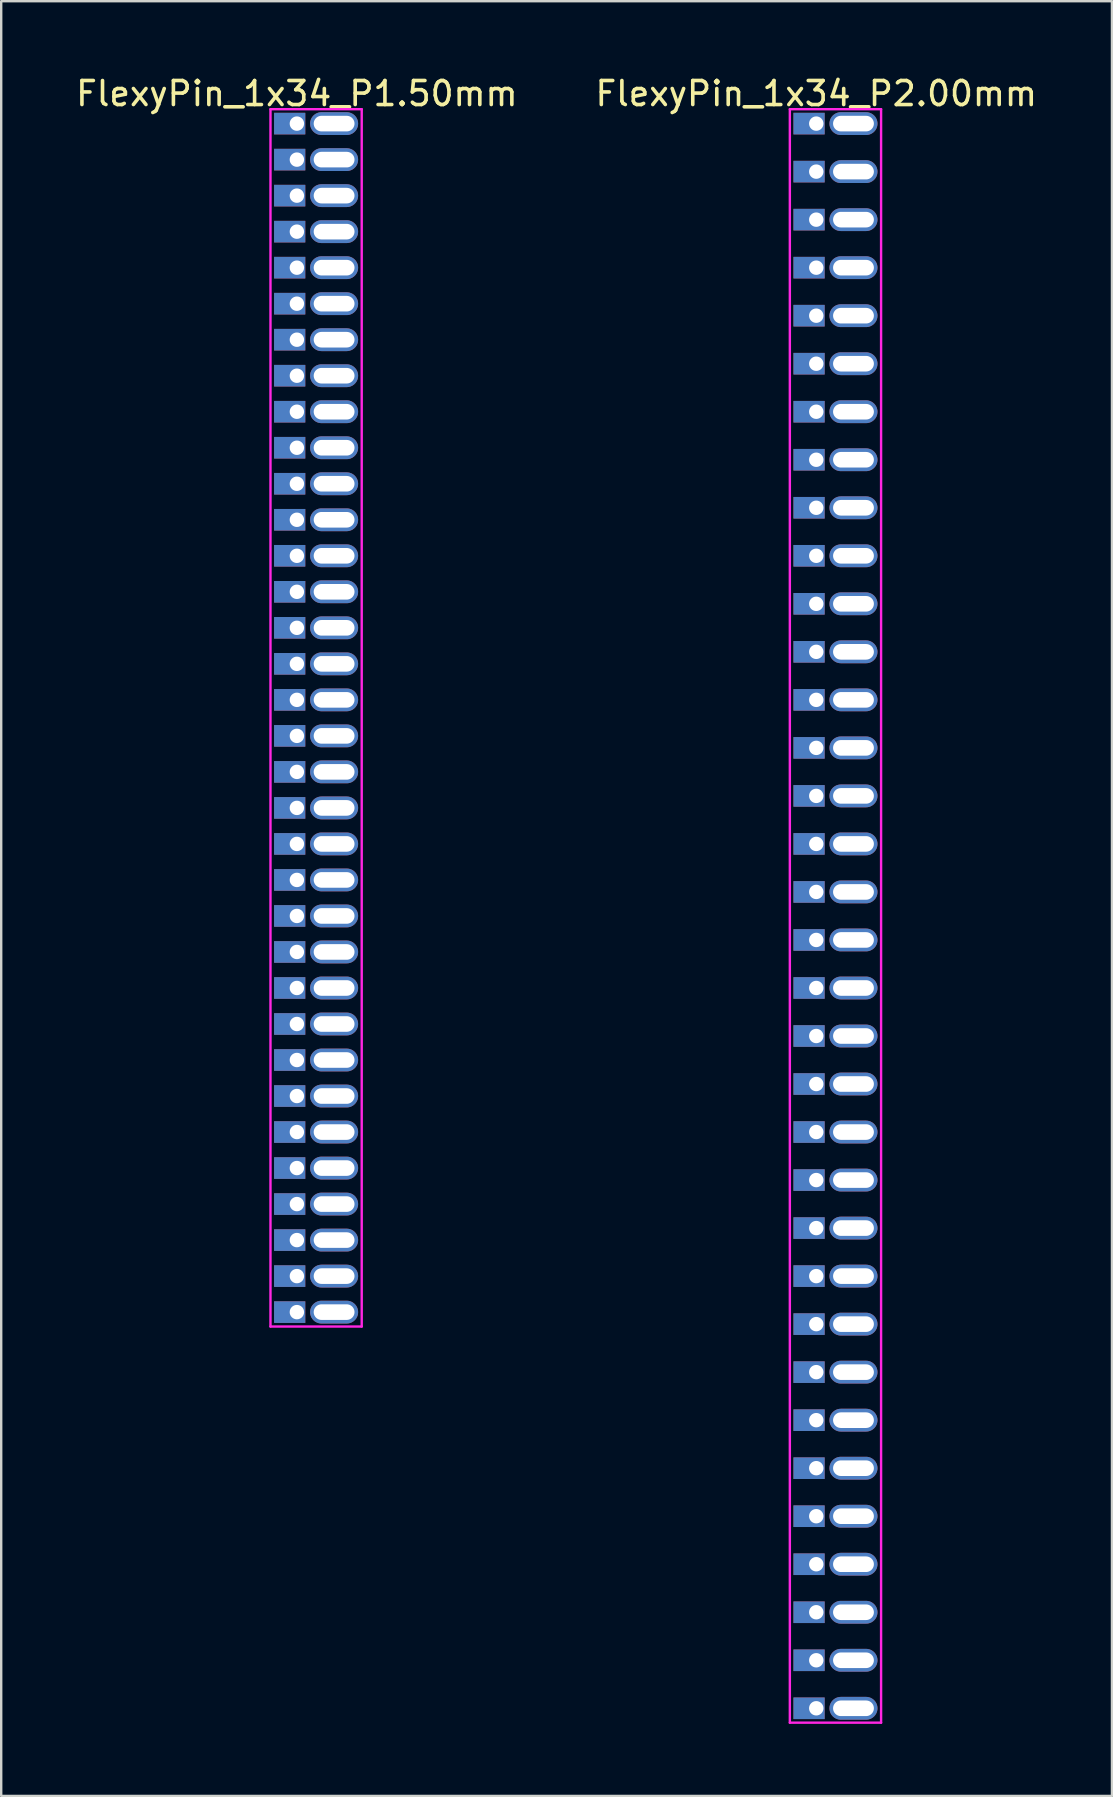
<source format=kicad_pcb>
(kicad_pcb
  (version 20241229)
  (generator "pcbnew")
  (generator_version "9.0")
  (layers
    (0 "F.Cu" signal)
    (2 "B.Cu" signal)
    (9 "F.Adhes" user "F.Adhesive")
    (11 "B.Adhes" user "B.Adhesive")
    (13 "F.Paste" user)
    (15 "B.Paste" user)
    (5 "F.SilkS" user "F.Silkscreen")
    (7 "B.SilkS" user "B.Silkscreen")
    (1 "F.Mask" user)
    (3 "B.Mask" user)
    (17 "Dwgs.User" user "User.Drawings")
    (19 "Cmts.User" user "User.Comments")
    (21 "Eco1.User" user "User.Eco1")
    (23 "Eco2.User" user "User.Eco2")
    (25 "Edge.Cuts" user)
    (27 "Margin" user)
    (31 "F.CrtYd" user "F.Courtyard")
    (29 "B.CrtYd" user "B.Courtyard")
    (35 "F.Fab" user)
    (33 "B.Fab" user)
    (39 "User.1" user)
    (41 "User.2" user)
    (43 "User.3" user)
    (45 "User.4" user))
  (footprint "FlexyPin_1x34_P2.00mm"
    (layer "F.Cu")
    (at 30.946 2.098)
    (property "Reference" "FlexyPin_1x34_P2.00mm" (at 0 -1.25 0) (layer "F.SilkS") (effects (font (size 1 1) (thickness 0.15))))
    (attr through_hole)
    (fp_line (start -1.1 -0.6) (end 2.7 -0.6) (stroke (width 0.1) (type solid)) (layer "F.CrtYd"))
    (fp_line (start -1.1 66.6) (end -1.1 -0.6) (stroke (width 0.1) (type solid)) (layer "F.CrtYd"))
    (fp_line (start 2.7 -0.6) (end 2.7 66.6) (stroke (width 0.1) (type solid)) (layer "F.CrtYd"))
    (fp_line (start 2.7 66.6) (end -1.1 66.6) (stroke (width 0.1) (type solid)) (layer "F.CrtYd"))
    (pad "" thru_hole oval (at 1.55 0) (size 2 0.95) (drill oval 1.7 0.65) (layers "*.Cu" "*.Mask"))
    (pad "" thru_hole oval (at 1.55 2) (size 2 0.95) (drill oval 1.7 0.65) (layers "*.Cu" "*.Mask"))
    (pad "" thru_hole oval (at 1.55 4) (size 2 0.95) (drill oval 1.7 0.65) (layers "*.Cu" "*.Mask"))
    (pad "" thru_hole oval (at 1.55 6) (size 2 0.95) (drill oval 1.7 0.65) (layers "*.Cu" "*.Mask"))
    (pad "" thru_hole oval (at 1.55 8) (size 2 0.95) (drill oval 1.7 0.65) (layers "*.Cu" "*.Mask"))
    (pad "" thru_hole oval (at 1.55 10) (size 2 0.95) (drill oval 1.7 0.65) (layers "*.Cu" "*.Mask"))
    (pad "" thru_hole oval (at 1.55 12) (size 2 0.95) (drill oval 1.7 0.65) (layers "*.Cu" "*.Mask"))
    (pad "" thru_hole oval (at 1.55 14) (size 2 0.95) (drill oval 1.7 0.65) (layers "*.Cu" "*.Mask"))
    (pad "" thru_hole oval (at 1.55 16) (size 2 0.95) (drill oval 1.7 0.65) (layers "*.Cu" "*.Mask"))
    (pad "" thru_hole oval (at 1.55 18) (size 2 0.95) (drill oval 1.7 0.65) (layers "*.Cu" "*.Mask"))
    (pad "" thru_hole oval (at 1.55 20) (size 2 0.95) (drill oval 1.7 0.65) (layers "*.Cu" "*.Mask"))
    (pad "" thru_hole oval (at 1.55 22) (size 2 0.95) (drill oval 1.7 0.65) (layers "*.Cu" "*.Mask"))
    (pad "" thru_hole oval (at 1.55 24) (size 2 0.95) (drill oval 1.7 0.65) (layers "*.Cu" "*.Mask"))
    (pad "" thru_hole oval (at 1.55 26) (size 2 0.95) (drill oval 1.7 0.65) (layers "*.Cu" "*.Mask"))
    (pad "" thru_hole oval (at 1.55 28) (size 2 0.95) (drill oval 1.7 0.65) (layers "*.Cu" "*.Mask"))
    (pad "" thru_hole oval (at 1.55 30) (size 2 0.95) (drill oval 1.7 0.65) (layers "*.Cu" "*.Mask"))
    (pad "" thru_hole oval (at 1.55 32) (size 2 0.95) (drill oval 1.7 0.65) (layers "*.Cu" "*.Mask"))
    (pad "" thru_hole oval (at 1.55 34) (size 2 0.95) (drill oval 1.7 0.65) (layers "*.Cu" "*.Mask"))
    (pad "" thru_hole oval (at 1.55 36) (size 2 0.95) (drill oval 1.7 0.65) (layers "*.Cu" "*.Mask"))
    (pad "" thru_hole oval (at 1.55 38) (size 2 0.95) (drill oval 1.7 0.65) (layers "*.Cu" "*.Mask"))
    (pad "" thru_hole oval (at 1.55 40) (size 2 0.95) (drill oval 1.7 0.65) (layers "*.Cu" "*.Mask"))
    (pad "" thru_hole oval (at 1.55 42) (size 2 0.95) (drill oval 1.7 0.65) (layers "*.Cu" "*.Mask"))
    (pad "" thru_hole oval (at 1.55 44) (size 2 0.95) (drill oval 1.7 0.65) (layers "*.Cu" "*.Mask"))
    (pad "" thru_hole oval (at 1.55 46) (size 2 0.95) (drill oval 1.7 0.65) (layers "*.Cu" "*.Mask"))
    (pad "" thru_hole oval (at 1.55 48) (size 2 0.95) (drill oval 1.7 0.65) (layers "*.Cu" "*.Mask"))
    (pad "" thru_hole oval (at 1.55 50) (size 2 0.95) (drill oval 1.7 0.65) (layers "*.Cu" "*.Mask"))
    (pad "" thru_hole oval (at 1.55 52) (size 2 0.95) (drill oval 1.7 0.65) (layers "*.Cu" "*.Mask"))
    (pad "" thru_hole oval (at 1.55 54) (size 2 0.95) (drill oval 1.7 0.65) (layers "*.Cu" "*.Mask"))
    (pad "" thru_hole oval (at 1.55 56) (size 2 0.95) (drill oval 1.7 0.65) (layers "*.Cu" "*.Mask"))
    (pad "" thru_hole oval (at 1.55 58) (size 2 0.95) (drill oval 1.7 0.65) (layers "*.Cu" "*.Mask"))
    (pad "" thru_hole oval (at 1.55 60) (size 2 0.95) (drill oval 1.7 0.65) (layers "*.Cu" "*.Mask"))
    (pad "" thru_hole oval (at 1.55 62) (size 2 0.95) (drill oval 1.7 0.65) (layers "*.Cu" "*.Mask"))
    (pad "" thru_hole oval (at 1.55 64) (size 2 0.95) (drill oval 1.7 0.65) (layers "*.Cu" "*.Mask"))
    (pad "" thru_hole oval (at 1.55 66) (size 2 0.95) (drill oval 1.7 0.65) (layers "*.Cu" "*.Mask"))
    (pad "1" thru_hole rect (at 0 0) (size 1.3 0.9) (drill 0.6 (offset -0.3 0)) (layers "*.Cu" "*.Mask"))
    (pad "2" thru_hole rect (at 0 2) (size 1.3 0.9) (drill 0.6 (offset -0.3 0)) (layers "*.Cu" "*.Mask"))
    (pad "3" thru_hole rect (at 0 4) (size 1.3 0.9) (drill 0.6 (offset -0.3 0)) (layers "*.Cu" "*.Mask"))
    (pad "4" thru_hole rect (at 0 6) (size 1.3 0.9) (drill 0.6 (offset -0.3 0)) (layers "*.Cu" "*.Mask"))
    (pad "5" thru_hole rect (at 0 8) (size 1.3 0.9) (drill 0.6 (offset -0.3 0)) (layers "*.Cu" "*.Mask"))
    (pad "6" thru_hole rect (at 0 10) (size 1.3 0.9) (drill 0.6 (offset -0.3 0)) (layers "*.Cu" "*.Mask"))
    (pad "7" thru_hole rect (at 0 12) (size 1.3 0.9) (drill 0.6 (offset -0.3 0)) (layers "*.Cu" "*.Mask"))
    (pad "8" thru_hole rect (at 0 14) (size 1.3 0.9) (drill 0.6 (offset -0.3 0)) (layers "*.Cu" "*.Mask"))
    (pad "9" thru_hole rect (at 0 16) (size 1.3 0.9) (drill 0.6 (offset -0.3 0)) (layers "*.Cu" "*.Mask"))
    (pad "10" thru_hole rect (at 0 18) (size 1.3 0.9) (drill 0.6 (offset -0.3 0)) (layers "*.Cu" "*.Mask"))
    (pad "11" thru_hole rect (at 0 20) (size 1.3 0.9) (drill 0.6 (offset -0.3 0)) (layers "*.Cu" "*.Mask"))
    (pad "12" thru_hole rect (at 0 22) (size 1.3 0.9) (drill 0.6 (offset -0.3 0)) (layers "*.Cu" "*.Mask"))
    (pad "13" thru_hole rect (at 0 24) (size 1.3 0.9) (drill 0.6 (offset -0.3 0)) (layers "*.Cu" "*.Mask"))
    (pad "14" thru_hole rect (at 0 26) (size 1.3 0.9) (drill 0.6 (offset -0.3 0)) (layers "*.Cu" "*.Mask"))
    (pad "15" thru_hole rect (at 0 28) (size 1.3 0.9) (drill 0.6 (offset -0.3 0)) (layers "*.Cu" "*.Mask"))
    (pad "16" thru_hole rect (at 0 30) (size 1.3 0.9) (drill 0.6 (offset -0.3 0)) (layers "*.Cu" "*.Mask"))
    (pad "17" thru_hole rect (at 0 32) (size 1.3 0.9) (drill 0.6 (offset -0.3 0)) (layers "*.Cu" "*.Mask"))
    (pad "18" thru_hole rect (at 0 34) (size 1.3 0.9) (drill 0.6 (offset -0.3 0)) (layers "*.Cu" "*.Mask"))
    (pad "19" thru_hole rect (at 0 36) (size 1.3 0.9) (drill 0.6 (offset -0.3 0)) (layers "*.Cu" "*.Mask"))
    (pad "20" thru_hole rect (at 0 38) (size 1.3 0.9) (drill 0.6 (offset -0.3 0)) (layers "*.Cu" "*.Mask"))
    (pad "21" thru_hole rect (at 0 40) (size 1.3 0.9) (drill 0.6 (offset -0.3 0)) (layers "*.Cu" "*.Mask"))
    (pad "22" thru_hole rect (at 0 42) (size 1.3 0.9) (drill 0.6 (offset -0.3 0)) (layers "*.Cu" "*.Mask"))
    (pad "23" thru_hole rect (at 0 44) (size 1.3 0.9) (drill 0.6 (offset -0.3 0)) (layers "*.Cu" "*.Mask"))
    (pad "24" thru_hole rect (at 0 46) (size 1.3 0.9) (drill 0.6 (offset -0.3 0)) (layers "*.Cu" "*.Mask"))
    (pad "25" thru_hole rect (at 0 48) (size 1.3 0.9) (drill 0.6 (offset -0.3 0)) (layers "*.Cu" "*.Mask"))
    (pad "26" thru_hole rect (at 0 50) (size 1.3 0.9) (drill 0.6 (offset -0.3 0)) (layers "*.Cu" "*.Mask"))
    (pad "27" thru_hole rect (at 0 52) (size 1.3 0.9) (drill 0.6 (offset -0.3 0)) (layers "*.Cu" "*.Mask"))
    (pad "28" thru_hole rect (at 0 54) (size 1.3 0.9) (drill 0.6 (offset -0.3 0)) (layers "*.Cu" "*.Mask"))
    (pad "29" thru_hole rect (at 0 56) (size 1.3 0.9) (drill 0.6 (offset -0.3 0)) (layers "*.Cu" "*.Mask"))
    (pad "30" thru_hole rect (at 0 58) (size 1.3 0.9) (drill 0.6 (offset -0.3 0)) (layers "*.Cu" "*.Mask"))
    (pad "31" thru_hole rect (at 0 60) (size 1.3 0.9) (drill 0.6 (offset -0.3 0)) (layers "*.Cu" "*.Mask"))
    (pad "32" thru_hole rect (at 0 62) (size 1.3 0.9) (drill 0.6 (offset -0.3 0)) (layers "*.Cu" "*.Mask"))
    (pad "33" thru_hole rect (at 0 64) (size 1.3 0.9) (drill 0.6 (offset -0.3 0)) (layers "*.Cu" "*.Mask"))
    (pad "34" thru_hole rect (at 0 66) (size 1.3 0.9) (drill 0.6 (offset -0.3 0)) (layers "*.Cu" "*.Mask")))
  (footprint "FlexyPin_1x34_P1.50mm"
    (layer "F.Cu")
    (at 9.315 2.098)
    (property "Reference" "FlexyPin_1x34_P1.50mm" (at 0 -1.25 0) (layer "F.SilkS") (effects (font (size 1 1) (thickness 0.15))))
    (attr through_hole)
    (fp_line (start -1.1 -0.6) (end 2.7 -0.6) (stroke (width 0.1) (type solid)) (layer "F.CrtYd"))
    (fp_line (start -1.1 50.1) (end -1.1 -0.6) (stroke (width 0.1) (type solid)) (layer "F.CrtYd"))
    (fp_line (start 2.7 -0.6) (end 2.7 50.1) (stroke (width 0.1) (type solid)) (layer "F.CrtYd"))
    (fp_line (start 2.7 50.1) (end -1.1 50.1) (stroke (width 0.1) (type solid)) (layer "F.CrtYd"))
    (pad "" thru_hole oval (at 1.55 0) (size 2 0.95) (drill oval 1.7 0.65) (layers "*.Cu" "*.Mask"))
    (pad "" thru_hole oval (at 1.55 1.5) (size 2 0.95) (drill oval 1.7 0.65) (layers "*.Cu" "*.Mask"))
    (pad "" thru_hole oval (at 1.55 3) (size 2 0.95) (drill oval 1.7 0.65) (layers "*.Cu" "*.Mask"))
    (pad "" thru_hole oval (at 1.55 4.5) (size 2 0.95) (drill oval 1.7 0.65) (layers "*.Cu" "*.Mask"))
    (pad "" thru_hole oval (at 1.55 6) (size 2 0.95) (drill oval 1.7 0.65) (layers "*.Cu" "*.Mask"))
    (pad "" thru_hole oval (at 1.55 7.5) (size 2 0.95) (drill oval 1.7 0.65) (layers "*.Cu" "*.Mask"))
    (pad "" thru_hole oval (at 1.55 9) (size 2 0.95) (drill oval 1.7 0.65) (layers "*.Cu" "*.Mask"))
    (pad "" thru_hole oval (at 1.55 10.5) (size 2 0.95) (drill oval 1.7 0.65) (layers "*.Cu" "*.Mask"))
    (pad "" thru_hole oval (at 1.55 12) (size 2 0.95) (drill oval 1.7 0.65) (layers "*.Cu" "*.Mask"))
    (pad "" thru_hole oval (at 1.55 13.5) (size 2 0.95) (drill oval 1.7 0.65) (layers "*.Cu" "*.Mask"))
    (pad "" thru_hole oval (at 1.55 15) (size 2 0.95) (drill oval 1.7 0.65) (layers "*.Cu" "*.Mask"))
    (pad "" thru_hole oval (at 1.55 16.5) (size 2 0.95) (drill oval 1.7 0.65) (layers "*.Cu" "*.Mask"))
    (pad "" thru_hole oval (at 1.55 18) (size 2 0.95) (drill oval 1.7 0.65) (layers "*.Cu" "*.Mask"))
    (pad "" thru_hole oval (at 1.55 19.5) (size 2 0.95) (drill oval 1.7 0.65) (layers "*.Cu" "*.Mask"))
    (pad "" thru_hole oval (at 1.55 21) (size 2 0.95) (drill oval 1.7 0.65) (layers "*.Cu" "*.Mask"))
    (pad "" thru_hole oval (at 1.55 22.5) (size 2 0.95) (drill oval 1.7 0.65) (layers "*.Cu" "*.Mask"))
    (pad "" thru_hole oval (at 1.55 24) (size 2 0.95) (drill oval 1.7 0.65) (layers "*.Cu" "*.Mask"))
    (pad "" thru_hole oval (at 1.55 25.5) (size 2 0.95) (drill oval 1.7 0.65) (layers "*.Cu" "*.Mask"))
    (pad "" thru_hole oval (at 1.55 27) (size 2 0.95) (drill oval 1.7 0.65) (layers "*.Cu" "*.Mask"))
    (pad "" thru_hole oval (at 1.55 28.5) (size 2 0.95) (drill oval 1.7 0.65) (layers "*.Cu" "*.Mask"))
    (pad "" thru_hole oval (at 1.55 30) (size 2 0.95) (drill oval 1.7 0.65) (layers "*.Cu" "*.Mask"))
    (pad "" thru_hole oval (at 1.55 31.5) (size 2 0.95) (drill oval 1.7 0.65) (layers "*.Cu" "*.Mask"))
    (pad "" thru_hole oval (at 1.55 33) (size 2 0.95) (drill oval 1.7 0.65) (layers "*.Cu" "*.Mask"))
    (pad "" thru_hole oval (at 1.55 34.5) (size 2 0.95) (drill oval 1.7 0.65) (layers "*.Cu" "*.Mask"))
    (pad "" thru_hole oval (at 1.55 36) (size 2 0.95) (drill oval 1.7 0.65) (layers "*.Cu" "*.Mask"))
    (pad "" thru_hole oval (at 1.55 37.5) (size 2 0.95) (drill oval 1.7 0.65) (layers "*.Cu" "*.Mask"))
    (pad "" thru_hole oval (at 1.55 39) (size 2 0.95) (drill oval 1.7 0.65) (layers "*.Cu" "*.Mask"))
    (pad "" thru_hole oval (at 1.55 40.5) (size 2 0.95) (drill oval 1.7 0.65) (layers "*.Cu" "*.Mask"))
    (pad "" thru_hole oval (at 1.55 42) (size 2 0.95) (drill oval 1.7 0.65) (layers "*.Cu" "*.Mask"))
    (pad "" thru_hole oval (at 1.55 43.5) (size 2 0.95) (drill oval 1.7 0.65) (layers "*.Cu" "*.Mask"))
    (pad "" thru_hole oval (at 1.55 45) (size 2 0.95) (drill oval 1.7 0.65) (layers "*.Cu" "*.Mask"))
    (pad "" thru_hole oval (at 1.55 46.5) (size 2 0.95) (drill oval 1.7 0.65) (layers "*.Cu" "*.Mask"))
    (pad "" thru_hole oval (at 1.55 48) (size 2 0.95) (drill oval 1.7 0.65) (layers "*.Cu" "*.Mask"))
    (pad "" thru_hole oval (at 1.55 49.5) (size 2 0.95) (drill oval 1.7 0.65) (layers "*.Cu" "*.Mask"))
    (pad "1" thru_hole rect (at 0 0) (size 1.3 0.9) (drill 0.6 (offset -0.3 0)) (layers "*.Cu" "*.Mask"))
    (pad "2" thru_hole rect (at 0 1.5) (size 1.3 0.9) (drill 0.6 (offset -0.3 0)) (layers "*.Cu" "*.Mask"))
    (pad "3" thru_hole rect (at 0 3) (size 1.3 0.9) (drill 0.6 (offset -0.3 0)) (layers "*.Cu" "*.Mask"))
    (pad "4" thru_hole rect (at 0 4.5) (size 1.3 0.9) (drill 0.6 (offset -0.3 0)) (layers "*.Cu" "*.Mask"))
    (pad "5" thru_hole rect (at 0 6) (size 1.3 0.9) (drill 0.6 (offset -0.3 0)) (layers "*.Cu" "*.Mask"))
    (pad "6" thru_hole rect (at 0 7.5) (size 1.3 0.9) (drill 0.6 (offset -0.3 0)) (layers "*.Cu" "*.Mask"))
    (pad "7" thru_hole rect (at 0 9) (size 1.3 0.9) (drill 0.6 (offset -0.3 0)) (layers "*.Cu" "*.Mask"))
    (pad "8" thru_hole rect (at 0 10.5) (size 1.3 0.9) (drill 0.6 (offset -0.3 0)) (layers "*.Cu" "*.Mask"))
    (pad "9" thru_hole rect (at 0 12) (size 1.3 0.9) (drill 0.6 (offset -0.3 0)) (layers "*.Cu" "*.Mask"))
    (pad "10" thru_hole rect (at 0 13.5) (size 1.3 0.9) (drill 0.6 (offset -0.3 0)) (layers "*.Cu" "*.Mask"))
    (pad "11" thru_hole rect (at 0 15) (size 1.3 0.9) (drill 0.6 (offset -0.3 0)) (layers "*.Cu" "*.Mask"))
    (pad "12" thru_hole rect (at 0 16.5) (size 1.3 0.9) (drill 0.6 (offset -0.3 0)) (layers "*.Cu" "*.Mask"))
    (pad "13" thru_hole rect (at 0 18) (size 1.3 0.9) (drill 0.6 (offset -0.3 0)) (layers "*.Cu" "*.Mask"))
    (pad "14" thru_hole rect (at 0 19.5) (size 1.3 0.9) (drill 0.6 (offset -0.3 0)) (layers "*.Cu" "*.Mask"))
    (pad "15" thru_hole rect (at 0 21) (size 1.3 0.9) (drill 0.6 (offset -0.3 0)) (layers "*.Cu" "*.Mask"))
    (pad "16" thru_hole rect (at 0 22.5) (size 1.3 0.9) (drill 0.6 (offset -0.3 0)) (layers "*.Cu" "*.Mask"))
    (pad "17" thru_hole rect (at 0 24) (size 1.3 0.9) (drill 0.6 (offset -0.3 0)) (layers "*.Cu" "*.Mask"))
    (pad "18" thru_hole rect (at 0 25.5) (size 1.3 0.9) (drill 0.6 (offset -0.3 0)) (layers "*.Cu" "*.Mask"))
    (pad "19" thru_hole rect (at 0 27) (size 1.3 0.9) (drill 0.6 (offset -0.3 0)) (layers "*.Cu" "*.Mask"))
    (pad "20" thru_hole rect (at 0 28.5) (size 1.3 0.9) (drill 0.6 (offset -0.3 0)) (layers "*.Cu" "*.Mask"))
    (pad "21" thru_hole rect (at 0 30) (size 1.3 0.9) (drill 0.6 (offset -0.3 0)) (layers "*.Cu" "*.Mask"))
    (pad "22" thru_hole rect (at 0 31.5) (size 1.3 0.9) (drill 0.6 (offset -0.3 0)) (layers "*.Cu" "*.Mask"))
    (pad "23" thru_hole rect (at 0 33) (size 1.3 0.9) (drill 0.6 (offset -0.3 0)) (layers "*.Cu" "*.Mask"))
    (pad "24" thru_hole rect (at 0 34.5) (size 1.3 0.9) (drill 0.6 (offset -0.3 0)) (layers "*.Cu" "*.Mask"))
    (pad "25" thru_hole rect (at 0 36) (size 1.3 0.9) (drill 0.6 (offset -0.3 0)) (layers "*.Cu" "*.Mask"))
    (pad "26" thru_hole rect (at 0 37.5) (size 1.3 0.9) (drill 0.6 (offset -0.3 0)) (layers "*.Cu" "*.Mask"))
    (pad "27" thru_hole rect (at 0 39) (size 1.3 0.9) (drill 0.6 (offset -0.3 0)) (layers "*.Cu" "*.Mask"))
    (pad "28" thru_hole rect (at 0 40.5) (size 1.3 0.9) (drill 0.6 (offset -0.3 0)) (layers "*.Cu" "*.Mask"))
    (pad "29" thru_hole rect (at 0 42) (size 1.3 0.9) (drill 0.6 (offset -0.3 0)) (layers "*.Cu" "*.Mask"))
    (pad "30" thru_hole rect (at 0 43.5) (size 1.3 0.9) (drill 0.6 (offset -0.3 0)) (layers "*.Cu" "*.Mask"))
    (pad "31" thru_hole rect (at 0 45) (size 1.3 0.9) (drill 0.6 (offset -0.3 0)) (layers "*.Cu" "*.Mask"))
    (pad "32" thru_hole rect (at 0 46.5) (size 1.3 0.9) (drill 0.6 (offset -0.3 0)) (layers "*.Cu" "*.Mask"))
    (pad "33" thru_hole rect (at 0 48) (size 1.3 0.9) (drill 0.6 (offset -0.3 0)) (layers "*.Cu" "*.Mask"))
    (pad "34" thru_hole rect (at 0 49.5) (size 1.3 0.9) (drill 0.6 (offset -0.3 0)) (layers "*.Cu" "*.Mask")))
  (gr_rect
    (start -3 -3)
    (end 43.262 71.748)
    (stroke (width 0.1) (type default))
    (fill no)
    (layer "Edge.Cuts")))
</source>
